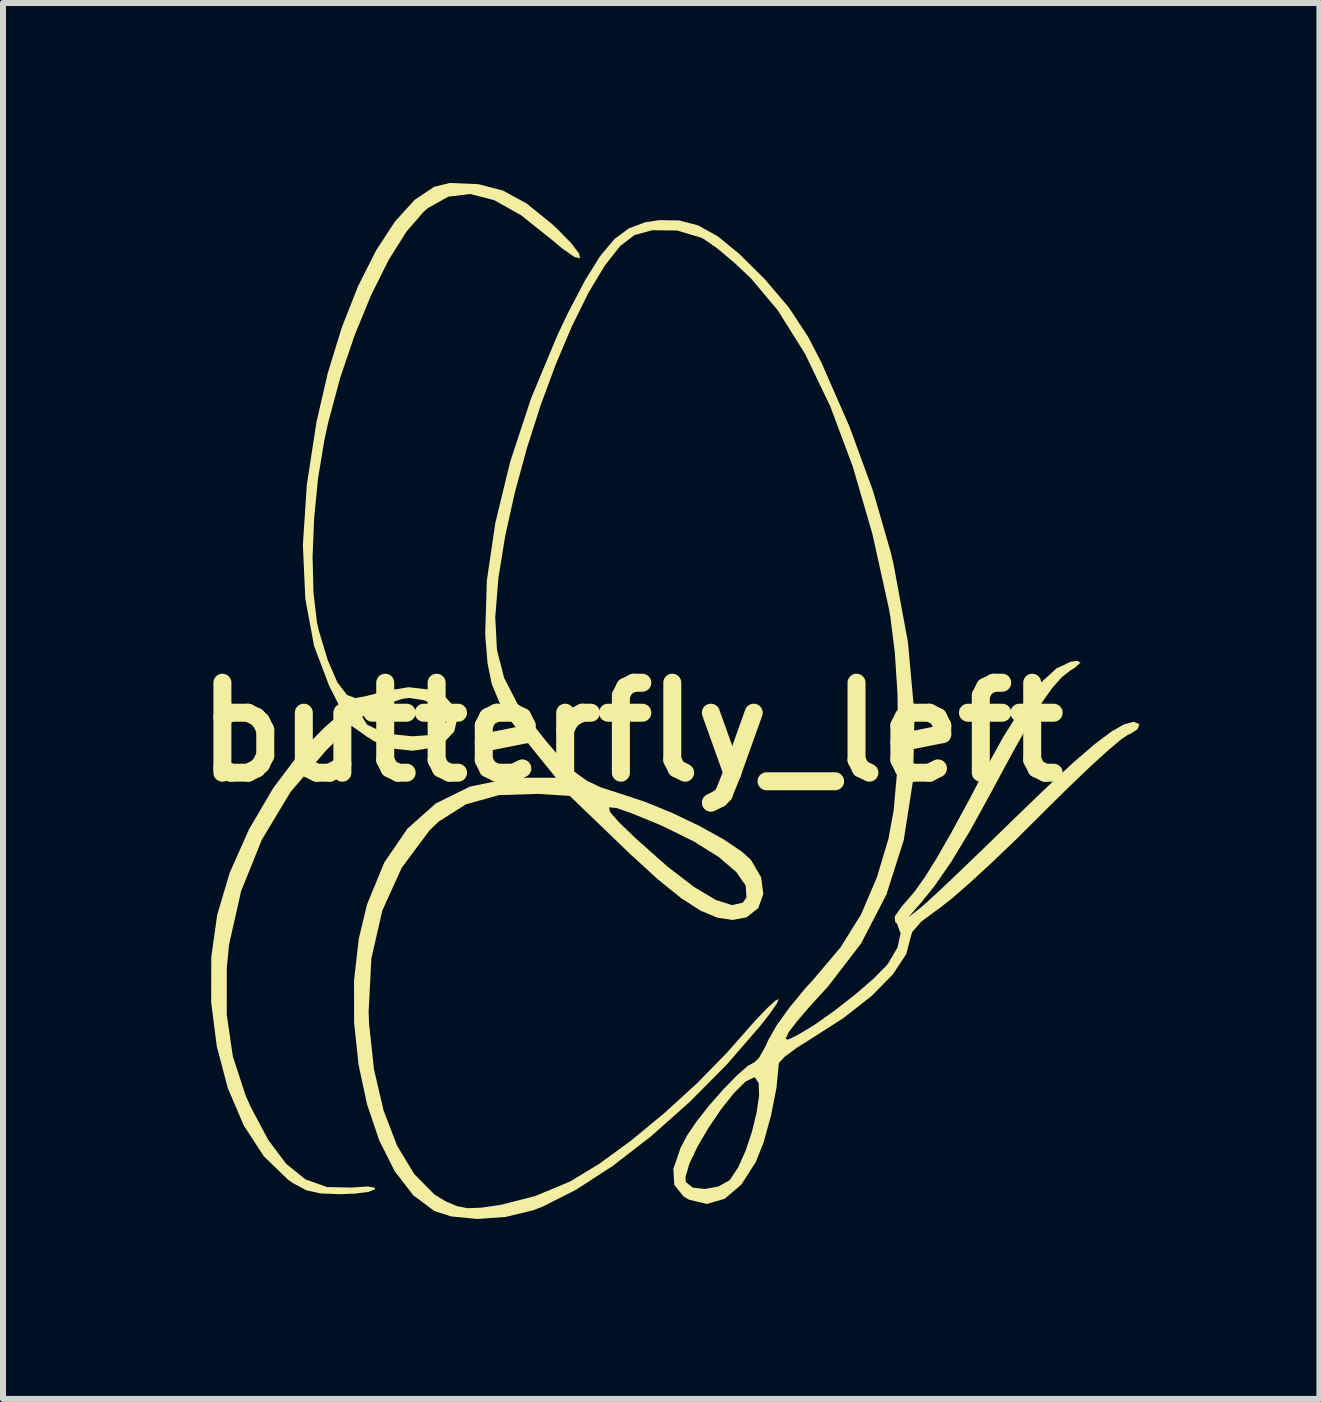
<source format=kicad_pcb>
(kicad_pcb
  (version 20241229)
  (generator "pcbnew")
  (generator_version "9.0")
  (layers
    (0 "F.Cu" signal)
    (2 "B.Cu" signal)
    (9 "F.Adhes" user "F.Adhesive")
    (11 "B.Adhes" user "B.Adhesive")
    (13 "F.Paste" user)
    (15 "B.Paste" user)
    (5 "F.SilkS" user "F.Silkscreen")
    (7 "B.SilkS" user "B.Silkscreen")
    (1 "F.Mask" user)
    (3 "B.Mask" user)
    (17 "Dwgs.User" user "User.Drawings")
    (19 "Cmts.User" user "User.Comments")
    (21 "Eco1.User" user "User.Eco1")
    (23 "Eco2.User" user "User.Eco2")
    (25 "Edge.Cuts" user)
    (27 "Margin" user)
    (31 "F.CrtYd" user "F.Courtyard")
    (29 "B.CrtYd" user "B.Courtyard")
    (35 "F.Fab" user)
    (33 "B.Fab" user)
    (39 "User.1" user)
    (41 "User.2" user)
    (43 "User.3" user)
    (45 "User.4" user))
  (footprint "butterfly_left"
    (layer "F.Cu")
    (at 7.479 9.153)
    (property "Reference" "butterfly_left" (at 0 0 0) (layer "F.SilkS") (effects (font (size 1.5 1.5) (thickness 0.3))))
    (attr board_only exclude_from_pos_files exclude_from_bom)
    (fp_poly (pts (xy -2.555 -9.133) (xy -2.144 -9.026) (xy -1.75 -8.811) (xy -1.328 -8.47) (xy -1.258 -8.405) (xy -1.006 -8.149) (xy -0.874 -7.975) (xy -0.86 -7.895) (xy -0.957 -7.921) (xy -1.162 -8.065) (xy -1.331 -8.207) (xy -1.84 -8.613) (xy -2.29 -8.866) (xy -2.693 -8.969) (xy -3.057 -8.924) (xy -3.395 -8.734) (xy -3.463 -8.676) (xy -3.753 -8.342) (xy -4.05 -7.869) (xy -4.341 -7.285) (xy -4.615 -6.62) (xy -4.858 -5.903) (xy -5.057 -5.162) (xy -5.121 -4.868) (xy -5.226 -4.234) (xy -5.292 -3.569) (xy -5.318 -2.918) (xy -5.303 -2.325) (xy -5.246 -1.835) (xy -5.215 -1.693) (xy -5.062 -1.188) (xy -4.904 -0.826) (xy -4.743 -0.617) (xy -4.604 -0.566) (xy -4.423 -0.6) (xy -4.171 -0.665) (xy -4.103 -0.684) (xy -3.716 -0.747) (xy -3.364 -0.706) (xy -3.092 -0.57) (xy -2.998 -0.466) (xy -2.907 -0.22) (xy -2.956 -0.008) (xy -3.115 0.159) (xy -3.358 0.269) (xy -3.654 0.312) (xy -3.976 0.277) (xy -4.295 0.152) (xy -4.406 0.082) (xy -4.671 -0.106) (xy -5.093 0.307) (xy -5.685 0.999) (xy -6.162 1.792) (xy -6.509 2.651) (xy -6.71 3.542) (xy -6.748 3.929) (xy -6.749 4.712) (xy -6.648 5.404) (xy -6.437 6.053) (xy -6.354 6.241) (xy -6.058 6.799) (xy -5.756 7.201) (xy -5.435 7.459) (xy -5.077 7.586) (xy -4.667 7.594) (xy -4.641 7.592) (xy -4.394 7.576) (xy -4.279 7.599) (xy -4.278 7.624) (xy -4.383 7.666) (xy -4.606 7.695) (xy -4.861 7.705) (xy -5.19 7.692) (xy -5.424 7.639) (xy -5.637 7.525) (xy -5.729 7.462) (xy -6.131 7.073) (xy -6.468 6.555) (xy -6.732 5.935) (xy -6.915 5.241) (xy -7.009 4.504) (xy -7.007 3.751) (xy -6.909 3.051) (xy -6.699 2.344) (xy -6.377 1.62) (xy -5.971 0.929) (xy -5.509 0.319) (xy -5.119 -0.076) (xy -4.925 -0.246) (xy -4.487 -0.246) (xy -4.411 -0.125) (xy -4.214 -0.026) (xy -3.945 0.042) (xy -3.652 0.071) (xy -3.383 0.052) (xy -3.187 -0.023) (xy -3.084 -0.173) (xy -3.092 -0.27) (xy -3.226 -0.419) (xy -3.456 -0.528) (xy -3.709 -0.568) (xy -3.825 -0.552) (xy -4.159 -0.444) (xy -4.389 -0.34) (xy -4.486 -0.255) (xy -4.487 -0.246) (xy -4.925 -0.246) (xy -4.822 -0.337) (xy -5.043 -0.772) (xy -5.293 -1.434) (xy -5.439 -2.22) (xy -5.48 -3.119) (xy -5.414 -4.122) (xy -5.253 -5.168) (xy -5.063 -5.99) (xy -4.829 -6.751) (xy -4.558 -7.436) (xy -4.26 -8.027) (xy -3.944 -8.511) (xy -3.618 -8.87) (xy -3.292 -9.089) (xy -3.029 -9.153)) (stroke (width 0) (type solid)) (fill yes) (layer "F.SilkS"))
    (fp_poly (pts (xy 0.797 -8.528) (xy 1.113 -8.444) (xy 1.436 -8.264) (xy 1.793 -7.973) (xy 2.213 -7.556) (xy 2.227 -7.541) (xy 2.625 -7.073) (xy 2.947 -6.581) (xy 3.165 -6.159) (xy 3.634 -5.087) (xy 4.026 -4.016) (xy 4.32 -2.998) (xy 4.366 -2.802) (xy 4.607 -1.498) (xy 4.716 -0.298) (xy 4.693 0.802) (xy 4.537 1.803) (xy 4.248 2.71) (xy 3.826 3.525) (xy 3.268 4.251) (xy 3.212 4.311) (xy 2.97 4.576) (xy 2.767 4.812) (xy 2.637 4.979) (xy 2.614 5.015) (xy 2.568 5.118) (xy 2.611 5.127) (xy 2.771 5.05) (xy 3.051 4.88) (xy 3.386 4.643) (xy 3.728 4.375) (xy 4.031 4.114) (xy 4.246 3.896) (xy 4.278 3.856) (xy 4.434 3.59) (xy 4.484 3.355) (xy 4.423 3.192) (xy 4.395 3.17) (xy 4.386 3.077) (xy 4.506 2.904) (xy 4.557 2.848) (xy 4.716 2.662) (xy 4.891 2.416) (xy 5.094 2.09) (xy 5.338 1.663) (xy 5.635 1.115) (xy 5.821 0.762) (xy 6.194 0.085) (xy 6.524 -0.439) (xy 6.818 -0.818) (xy 7.082 -1.06) (xy 7.324 -1.173) (xy 7.427 -1.185) (xy 7.485 -1.159) (xy 7.395 -1.076) (xy 7.313 -1.024) (xy 7.172 -0.914) (xy 7.018 -0.741) (xy 6.838 -0.488) (xy 6.622 -0.137) (xy 6.358 0.331) (xy 6.033 0.933) (xy 6.012 0.974) (xy 5.65 1.633) (xy 5.333 2.158) (xy 5.045 2.574) (xy 4.835 2.835) (xy 4.614 3.088) (xy 4.826 2.922) (xy 4.947 2.816) (xy 5.169 2.61) (xy 5.469 2.325) (xy 5.827 1.981) (xy 6.223 1.596) (xy 6.392 1.431) (xy 6.933 0.91) (xy 7.371 0.503) (xy 7.72 0.202) (xy 7.993 -0.003) (xy 8.201 -0.124) (xy 8.357 -0.168) (xy 8.378 -0.169) (xy 8.466 -0.131) (xy 8.435 -0.047) (xy 8.308 0.035) (xy 8.276 0.046) (xy 8.162 0.122) (xy 7.95 0.301) (xy 7.661 0.563) (xy 7.317 0.892) (xy 6.937 1.266) (xy 6.816 1.388) (xy 6.408 1.792) (xy 6.01 2.173) (xy 5.648 2.507) (xy 5.346 2.77) (xy 5.131 2.939) (xy 5.101 2.959) (xy 4.828 3.162) (xy 4.678 3.334) (xy 4.657 3.405) (xy 4.579 3.703) (xy 4.356 4.039) (xy 4.003 4.399) (xy 3.534 4.767) (xy 3.027 5.092) (xy 2.756 5.262) (xy 2.555 5.412) (xy 2.457 5.515) (xy 2.454 5.528) (xy 2.416 5.929) (xy 2.325 6.392) (xy 2.201 6.839) (xy 2.072 7.166) (xy 1.83 7.545) (xy 1.552 7.781) (xy 1.255 7.868) (xy 0.955 7.796) (xy 0.866 7.742) (xy 0.712 7.551) (xy 0.704 7.421) (xy 0.898 7.421) (xy 0.905 7.504) (xy 1.019 7.595) (xy 1.221 7.618) (xy 1.445 7.577) (xy 1.626 7.477) (xy 1.642 7.46) (xy 1.777 7.258) (xy 1.901 6.98) (xy 2.007 6.662) (xy 2.084 6.344) (xy 2.125 6.062) (xy 2.119 5.855) (xy 2.059 5.76) (xy 2.043 5.757) (xy 1.899 5.828) (xy 1.709 6.016) (xy 1.496 6.284) (xy 1.284 6.596) (xy 1.098 6.913) (xy 0.962 7.201) (xy 0.898 7.421) (xy 0.704 7.421) (xy 0.696 7.284) (xy 0.817 6.931) (xy 0.922 6.731) (xy 1.078 6.499) (xy 1.287 6.233) (xy 1.521 5.966) (xy 1.747 5.733) (xy 1.934 5.568) (xy 2.052 5.503) (xy 2.053 5.503) (xy 2.124 5.432) (xy 2.226 5.252) (xy 2.287 5.12) (xy 2.419 4.889) (xy 2.635 4.589) (xy 2.9 4.268) (xy 3.04 4.114) (xy 3.483 3.59) (xy 3.823 3.045) (xy 4.088 2.427) (xy 4.283 1.775) (xy 4.369 1.302) (xy 4.422 0.709) (xy 4.443 0.042) (xy 4.432 -0.651) (xy 4.388 -1.325) (xy 4.312 -1.932) (xy 4.286 -2.074) (xy 4.014 -3.303) (xy 3.687 -4.425) (xy 3.312 -5.429) (xy 2.893 -6.302) (xy 2.436 -7.031) (xy 1.992 -7.56) (xy 1.712 -7.824) (xy 1.437 -8.055) (xy 1.213 -8.212) (xy 1.16 -8.241) (xy 0.759 -8.36) (xy 0.343 -8.365) (xy 0.048 -8.284) (xy -0.189 -8.103) (xy -0.446 -7.777) (xy -0.716 -7.327) (xy -0.989 -6.777) (xy -1.257 -6.147) (xy -1.512 -5.459) (xy -1.744 -4.735) (xy -1.945 -3.998) (xy -2.107 -3.268) (xy -2.22 -2.568) (xy -2.273 -1.91) (xy -2.244 -1.367) (xy -2.125 -0.903) (xy -1.909 -0.482) (xy -1.767 -0.282) (xy -1.435 0.14) (xy -1.173 0.447) (xy -0.951 0.664) (xy -0.742 0.814) (xy -0.517 0.921) (xy -0.248 1.008) (xy -0.219 1.017) (xy 0.219 1.162) (xy 0.684 1.352) (xy 1.135 1.568) (xy 1.534 1.789) (xy 1.841 1.996) (xy 1.99 2.132) (xy 2.159 2.422) (xy 2.196 2.702) (xy 2.111 2.936) (xy 1.915 3.09) (xy 1.684 3.133) (xy 1.431 3.096) (xy 1.151 2.979) (xy 0.825 2.769) (xy 0.434 2.453) (xy -0.04 2.019) (xy -0.135 1.927) (xy -0.833 1.256) (xy -0.375 1.256) (xy -0.362 1.33) (xy -0.219 1.495) (xy 0.049 1.754) (xy 0.085 1.788) (xy 0.602 2.246) (xy 1.043 2.584) (xy 1.403 2.799) (xy 1.676 2.886) (xy 1.855 2.844) (xy 1.914 2.758) (xy 1.903 2.561) (xy 1.743 2.332) (xy 1.45 2.082) (xy 1.039 1.825) (xy 0.525 1.572) (xy 0.423 1.528) (xy 0.012 1.359) (xy -0.252 1.267) (xy -0.375 1.256) (xy -0.833 1.256) (xy -1.03 1.065) (xy -1.563 1.032) (xy -2.212 1.052) (xy -2.761 1.205) (xy -3.216 1.493) (xy -3.37 1.642) (xy -3.832 2.263) (xy -4.154 2.972) (xy -4.338 3.774) (xy -4.384 4.671) (xy -4.376 4.868) (xy -4.294 5.626) (xy -4.135 6.308) (xy -3.909 6.897) (xy -3.623 7.37) (xy -3.287 7.709) (xy -3.103 7.822) (xy -2.911 7.904) (xy -2.733 7.938) (xy -2.51 7.93) (xy -2.181 7.882) (xy -2.178 7.882) (xy -1.61 7.737) (xy -1.048 7.503) (xy -1.005 7.481) (xy -0.539 7.198) (xy -0.01 6.812) (xy 0.545 6.354) (xy 1.088 5.858) (xy 1.581 5.355) (xy 1.791 5.118) (xy 2.055 4.818) (xy 2.261 4.603) (xy 2.397 4.478) (xy 2.454 4.452) (xy 2.42 4.53) (xy 2.286 4.719) (xy 2.155 4.887) (xy 1.586 5.545) (xy 0.967 6.169) (xy 0.325 6.739) (xy -0.315 7.234) (xy -0.928 7.632) (xy -1.486 7.914) (xy -1.645 7.974) (xy -2.1 8.084) (xy -2.574 8.118) (xy -3.007 8.076) (xy -3.287 7.986) (xy -3.64 7.723) (xy -3.949 7.322) (xy -4.207 6.808) (xy -4.41 6.207) (xy -4.552 5.545) (xy -4.626 4.848) (xy -4.627 4.141) (xy -4.549 3.451) (xy -4.411 2.875) (xy -4.122 2.174) (xy -3.738 1.612) (xy -3.263 1.19) (xy -2.697 0.911) (xy -2.043 0.775) (xy -1.737 0.762) (xy -1.262 0.762) (xy -1.689 0.235) (xy -1.995 -0.162) (xy -2.202 -0.489) (xy -2.331 -0.8) (xy -2.402 -1.147) (xy -2.437 -1.58) (xy -2.44 -1.654) (xy -2.413 -2.525) (xy -2.272 -3.485) (xy -2.024 -4.505) (xy -1.678 -5.556) (xy -1.239 -6.611) (xy -1.06 -6.987) (xy -0.776 -7.53) (xy -0.525 -7.933) (xy -0.288 -8.216) (xy -0.044 -8.397) (xy 0.227 -8.498) (xy 0.459 -8.533)) (stroke (width 0) (type solid)) (fill yes) (layer "F.SilkS")))
  (gr_rect
    (start -3 -3)
    (end 18.945 20.271)
    (stroke (width 0.1) (type default))
    (fill no)
    (layer "Edge.Cuts")))
</source>
